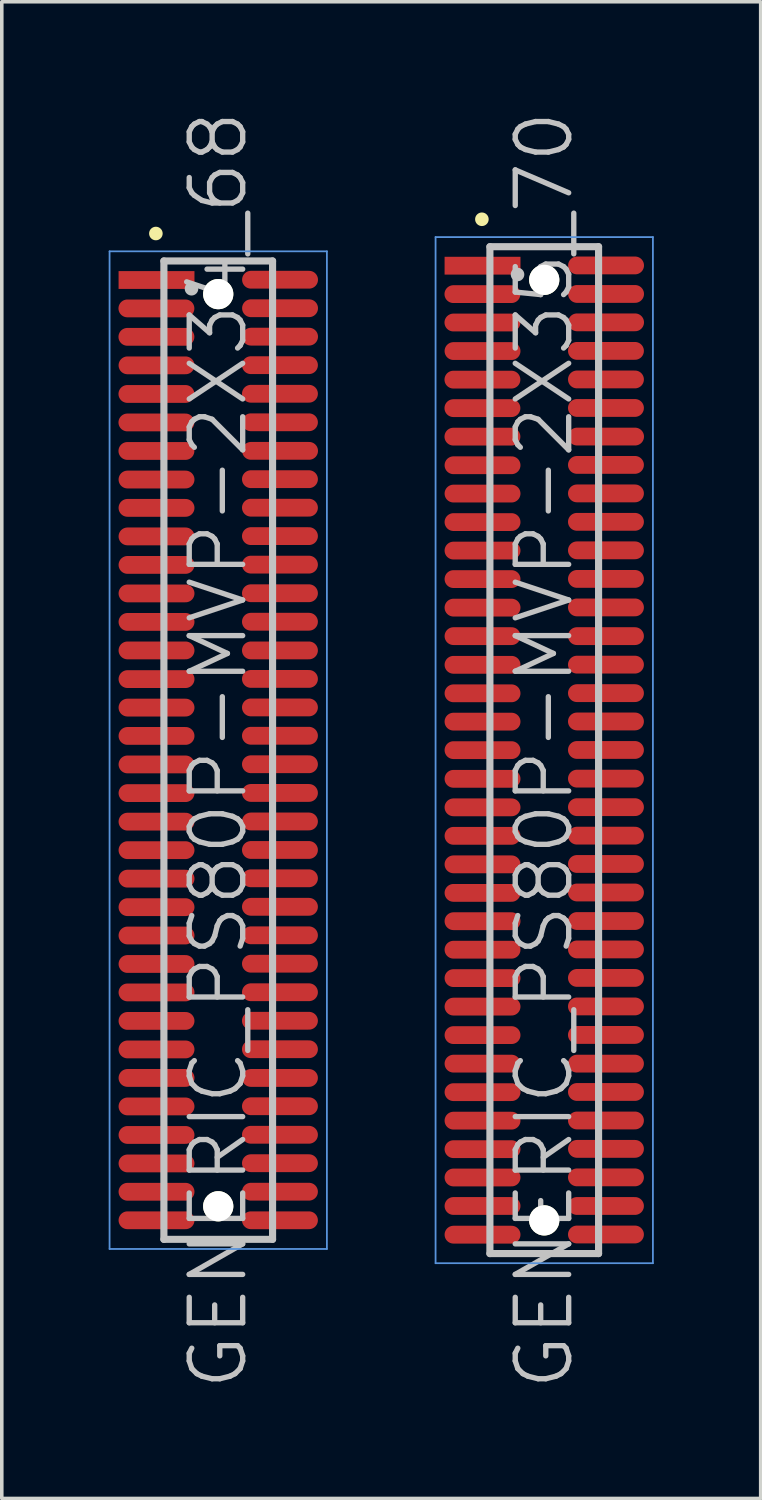
<source format=kicad_pcb>
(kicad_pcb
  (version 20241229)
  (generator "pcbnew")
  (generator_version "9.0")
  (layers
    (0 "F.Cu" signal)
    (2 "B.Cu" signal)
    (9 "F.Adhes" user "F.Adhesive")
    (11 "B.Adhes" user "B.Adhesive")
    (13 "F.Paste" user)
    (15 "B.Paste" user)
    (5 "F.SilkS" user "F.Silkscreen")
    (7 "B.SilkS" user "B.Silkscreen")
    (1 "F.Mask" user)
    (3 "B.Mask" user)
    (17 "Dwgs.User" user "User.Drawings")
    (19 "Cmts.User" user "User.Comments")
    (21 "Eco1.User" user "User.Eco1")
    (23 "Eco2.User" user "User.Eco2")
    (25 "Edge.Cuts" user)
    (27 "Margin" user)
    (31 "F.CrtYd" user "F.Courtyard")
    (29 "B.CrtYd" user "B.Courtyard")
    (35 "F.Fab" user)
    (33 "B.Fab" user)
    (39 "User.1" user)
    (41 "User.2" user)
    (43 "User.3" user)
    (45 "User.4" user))
  (footprint "GENERIC_PS80P-MVP-2X34_68"
    (layer "F.Cu")
    (at 3.075 18.004)
    (property "Reference" "GENERIC_PS80P-MVP-2X34_68" (at 0 0 90) (layer "Dwgs.User") (effects (font (size 1.5 1.5) (thickness 0.15))))
    (attr smd)
    (fp_line (start -1.75 -14.5) (end -1.75 -14.5) (stroke (width 0.381) (type solid)) (layer "F.SilkS"))
    (fp_line (start -1.525 -13.73) (end -1.525 13.73) (stroke (width 0.2) (type solid)) (layer "Dwgs.User"))
    (fp_line (start -1.525 -13.73) (end 1.525 -13.73) (stroke (width 0.2) (type solid)) (layer "Dwgs.User"))
    (fp_line (start -1.525 13.73) (end 1.525 13.73) (stroke (width 0.2) (type solid)) (layer "Dwgs.User"))
    (fp_line (start -0.75 -12.95) (end -0.75 -12.95) (stroke (width 0.381) (type solid)) (layer "Dwgs.User"))
    (fp_line (start 1.525 -13.73) (end 1.525 13.73) (stroke (width 0.2) (type solid)) (layer "Dwgs.User"))
    (fp_line (start -3.05 -14) (end -3.05 14) (stroke (width 0.05) (type solid)) (layer "Cmts.User"))
    (fp_line (start -3.05 -14) (end 3.05 -14) (stroke (width 0.05) (type solid)) (layer "Cmts.User"))
    (fp_line (start -3.05 14) (end 3.05 14) (stroke (width 0.05) (type solid)) (layer "Cmts.User"))
    (fp_line (start 3.05 -14) (end 3.05 14) (stroke (width 0.05) (type solid)) (layer "Cmts.User"))
    (pad "" np_thru_hole circle (at 0 -12.799 270) (size 0.848 0.848) (drill 0.848) (layers "*.Cu" "*.Mask" "F.SilkS"))
    (pad "" np_thru_hole circle (at 0 12.802 270) (size 0.848 0.848) (drill 0.848) (layers "*.Cu" "*.Mask" "F.SilkS"))
    (pad "1" smd rect (at -1.732 -13.195 270) (size 0.5 2.13) (layers "F.Cu" "F.Mask" "F.Paste"))
    (pad "2" smd oval (at 1.735 -13.203 270) (size 0.5 2.13) (layers "F.Cu" "F.Mask" "F.Paste"))
    (pad "3" smd oval (at -1.735 -12.398 270) (size 0.5 2.13) (layers "F.Cu" "F.Mask" "F.Paste"))
    (pad "4" smd oval (at 1.735 -12.403 270) (size 0.5 2.13) (layers "F.Cu" "F.Mask" "F.Paste"))
    (pad "5" smd oval (at -1.735 -11.6 270) (size 0.5 2.13) (layers "F.Cu" "F.Mask" "F.Paste"))
    (pad "6" smd oval (at 1.735 -11.605 270) (size 0.5 2.13) (layers "F.Cu" "F.Mask" "F.Paste"))
    (pad "7" smd oval (at -1.732 -10.8 270) (size 0.5 2.13) (layers "F.Cu" "F.Mask" "F.Paste"))
    (pad "8" smd oval (at 1.732 -10.805 270) (size 0.5 2.13) (layers "F.Cu" "F.Mask" "F.Paste"))
    (pad "9" smd oval (at -1.735 -9.997 270) (size 0.5 2.13) (layers "F.Cu" "F.Mask" "F.Paste"))
    (pad "10" smd oval (at 1.732 -10.003 270) (size 0.5 2.13) (layers "F.Cu" "F.Mask" "F.Paste"))
    (pad "11" smd oval (at -1.735 -9.197 270) (size 0.5 2.13) (layers "F.Cu" "F.Mask" "F.Paste"))
    (pad "12" smd oval (at 1.732 -9.202 270) (size 0.5 2.13) (layers "F.Cu" "F.Mask" "F.Paste"))
    (pad "13" smd oval (at -1.735 -8.397 270) (size 0.5 2.13) (layers "F.Cu" "F.Mask" "F.Paste"))
    (pad "14" smd oval (at 1.735 -8.4 270) (size 0.5 2.13) (layers "F.Cu" "F.Mask" "F.Paste"))
    (pad "15" smd oval (at -1.732 -7.595 270) (size 0.5 2.13) (layers "F.Cu" "F.Mask" "F.Paste"))
    (pad "16" smd oval (at 1.732 -7.605 270) (size 0.5 2.13) (layers "F.Cu" "F.Mask" "F.Paste"))
    (pad "17" smd oval (at -1.732 -6.8 270) (size 0.5 2.13) (layers "F.Cu" "F.Mask" "F.Paste"))
    (pad "18" smd oval (at 1.732 -6.805 270) (size 0.5 2.13) (layers "F.Cu" "F.Mask" "F.Paste"))
    (pad "19" smd oval (at -1.732 -5.999 270) (size 0.5 2.13) (layers "F.Cu" "F.Mask" "F.Paste"))
    (pad "20" smd oval (at 1.732 -6.007 270) (size 0.5 2.13) (layers "F.Cu" "F.Mask" "F.Paste"))
    (pad "21" smd oval (at -1.732 -5.199 270) (size 0.5 2.13) (layers "F.Cu" "F.Mask" "F.Paste"))
    (pad "22" smd oval (at 1.732 -5.207 270) (size 0.5 2.13) (layers "F.Cu" "F.Mask" "F.Paste"))
    (pad "23" smd oval (at -1.732 -4.399 270) (size 0.5 2.13) (layers "F.Cu" "F.Mask" "F.Paste"))
    (pad "24" smd oval (at 1.732 -4.404 270) (size 0.5 2.13) (layers "F.Cu" "F.Mask" "F.Paste"))
    (pad "25" smd oval (at -1.732 -3.599 270) (size 0.5 2.13) (layers "F.Cu" "F.Mask" "F.Paste"))
    (pad "26" smd oval (at 1.732 -3.604 270) (size 0.5 2.13) (layers "F.Cu" "F.Mask" "F.Paste"))
    (pad "27" smd oval (at -1.732 -2.799 270) (size 0.5 2.13) (layers "F.Cu" "F.Mask" "F.Paste"))
    (pad "28" smd oval (at 1.732 -2.799 270) (size 0.5 2.13) (layers "F.Cu" "F.Mask" "F.Paste"))
    (pad "29" smd oval (at -1.732 -1.994 270) (size 0.5 2.13) (layers "F.Cu" "F.Mask" "F.Paste"))
    (pad "30" smd oval (at 1.732 -1.999 270) (size 0.5 2.13) (layers "F.Cu" "F.Mask" "F.Paste"))
    (pad "31" smd oval (at -1.732 -1.194 270) (size 0.5 2.13) (layers "F.Cu" "F.Mask" "F.Paste"))
    (pad "32" smd oval (at 1.732 -1.199 270) (size 0.5 2.13) (layers "F.Cu" "F.Mask" "F.Paste"))
    (pad "33" smd oval (at -1.732 -0.399 270) (size 0.5 2.13) (layers "F.Cu" "F.Mask" "F.Paste"))
    (pad "34" smd oval (at 1.732 -0.404 270) (size 0.5 2.13) (layers "F.Cu" "F.Mask" "F.Paste"))
    (pad "35" smd oval (at -1.732 0.401 270) (size 0.5 2.13) (layers "F.Cu" "F.Mask" "F.Paste"))
    (pad "36" smd oval (at 1.732 0.396 270) (size 0.5 2.13) (layers "F.Cu" "F.Mask" "F.Paste"))
    (pad "37" smd oval (at -1.732 1.206 270) (size 0.5 2.13) (layers "F.Cu" "F.Mask" "F.Paste"))
    (pad "38" smd oval (at 1.732 1.201 270) (size 0.5 2.13) (layers "F.Cu" "F.Mask" "F.Paste"))
    (pad "39" smd oval (at -1.732 2.007 270) (size 0.5 2.13) (layers "F.Cu" "F.Mask" "F.Paste"))
    (pad "40" smd oval (at 1.732 2.002 270) (size 0.5 2.13) (layers "F.Cu" "F.Mask" "F.Paste"))
    (pad "41" smd oval (at -1.732 2.807 270) (size 0.5 2.13) (layers "F.Cu" "F.Mask" "F.Paste"))
    (pad "42" smd oval (at 1.732 2.802 270) (size 0.5 2.13) (layers "F.Cu" "F.Mask" "F.Paste"))
    (pad "43" smd oval (at -1.732 3.607 270) (size 0.5 2.13) (layers "F.Cu" "F.Mask" "F.Paste"))
    (pad "44" smd oval (at 1.732 3.597 270) (size 0.5 2.13) (layers "F.Cu" "F.Mask" "F.Paste"))
    (pad "45" smd oval (at -1.732 4.407 270) (size 0.5 2.13) (layers "F.Cu" "F.Mask" "F.Paste"))
    (pad "46" smd oval (at 1.732 4.397 270) (size 0.5 2.13) (layers "F.Cu" "F.Mask" "F.Paste"))
    (pad "47" smd oval (at -1.732 5.202 270) (size 0.5 2.13) (layers "F.Cu" "F.Mask" "F.Paste"))
    (pad "48" smd oval (at 1.732 5.197 270) (size 0.5 2.13) (layers "F.Cu" "F.Mask" "F.Paste"))
    (pad "49" smd oval (at -1.732 6.002 270) (size 0.5 2.13) (layers "F.Cu" "F.Mask" "F.Paste"))
    (pad "50" smd oval (at 1.732 5.994 270) (size 0.5 2.13) (layers "F.Cu" "F.Mask" "F.Paste"))
    (pad "51" smd oval (at -1.732 6.8 270) (size 0.5 2.13) (layers "F.Cu" "F.Mask" "F.Paste"))
    (pad "52" smd oval (at 1.732 6.795 270) (size 0.5 2.13) (layers "F.Cu" "F.Mask" "F.Paste"))
    (pad "53" smd oval (at -1.732 7.6 270) (size 0.5 2.13) (layers "F.Cu" "F.Mask" "F.Paste"))
    (pad "54" smd oval (at 1.732 7.595 270) (size 0.5 2.13) (layers "F.Cu" "F.Mask" "F.Paste"))
    (pad "55" smd oval (at -1.732 8.4 270) (size 0.5 2.13) (layers "F.Cu" "F.Mask" "F.Paste"))
    (pad "56" smd oval (at 1.732 8.395 270) (size 0.5 2.13) (layers "F.Cu" "F.Mask" "F.Paste"))
    (pad "57" smd oval (at -1.732 9.2 270) (size 0.5 2.13) (layers "F.Cu" "F.Mask" "F.Paste"))
    (pad "58" smd oval (at 1.732 9.2 270) (size 0.5 2.13) (layers "F.Cu" "F.Mask" "F.Paste"))
    (pad "59" smd oval (at -1.732 10 270) (size 0.5 2.13) (layers "F.Cu" "F.Mask" "F.Paste"))
    (pad "60" smd oval (at 1.732 9.995 270) (size 0.5 2.13) (layers "F.Cu" "F.Mask" "F.Paste"))
    (pad "61" smd oval (at -1.732 10.8 270) (size 0.5 2.13) (layers "F.Cu" "F.Mask" "F.Paste"))
    (pad "62" smd oval (at 1.732 10.795 270) (size 0.5 2.13) (layers "F.Cu" "F.Mask" "F.Paste"))
    (pad "63" smd oval (at -1.732 11.6 270) (size 0.5 2.13) (layers "F.Cu" "F.Mask" "F.Paste"))
    (pad "64" smd oval (at 1.732 11.593 270) (size 0.5 2.13) (layers "F.Cu" "F.Mask" "F.Paste"))
    (pad "65" smd oval (at -1.732 12.395 270) (size 0.5 2.13) (layers "F.Cu" "F.Mask" "F.Paste"))
    (pad "66" smd oval (at 1.732 12.393 270) (size 0.5 2.13) (layers "F.Cu" "F.Mask" "F.Paste"))
    (pad "67" smd oval (at -1.732 13.195 270) (size 0.5 2.13) (layers "F.Cu" "F.Mask" "F.Paste"))
    (pad "68" smd oval (at 1.732 13.195 270) (size 0.5 2.13) (layers "F.Cu" "F.Mask" "F.Paste")))
  (footprint "GENERIC_PS80P-MVP-2X35_70"
    (layer "F.Cu")
    (at 12.225 18.004)
    (property "Reference" "GENERIC_PS80P-MVP-2X35_70" (at 0 0 90) (layer "Dwgs.User") (effects (font (size 1.5 1.5) (thickness 0.15))))
    (attr smd)
    (fp_line (start -1.75 -14.9) (end -1.75 -14.9) (stroke (width 0.381) (type solid)) (layer "F.SilkS"))
    (fp_line (start -1.525 -14.13) (end -1.525 14.13) (stroke (width 0.2) (type solid)) (layer "Dwgs.User"))
    (fp_line (start -1.525 -14.13) (end 1.525 -14.13) (stroke (width 0.2) (type solid)) (layer "Dwgs.User"))
    (fp_line (start -1.525 14.13) (end 1.525 14.13) (stroke (width 0.2) (type solid)) (layer "Dwgs.User"))
    (fp_line (start -0.75 -13.35) (end -0.75 -13.35) (stroke (width 0.381) (type solid)) (layer "Dwgs.User"))
    (fp_line (start 1.525 -14.13) (end 1.525 14.13) (stroke (width 0.2) (type solid)) (layer "Dwgs.User"))
    (fp_line (start -3.05 -14.4) (end -3.05 14.4) (stroke (width 0.05) (type solid)) (layer "Cmts.User"))
    (fp_line (start -3.05 -14.4) (end 3.05 -14.4) (stroke (width 0.05) (type solid)) (layer "Cmts.User"))
    (fp_line (start -3.05 14.4) (end 3.05 14.4) (stroke (width 0.05) (type solid)) (layer "Cmts.User"))
    (fp_line (start 3.05 -14.4) (end 3.05 14.4) (stroke (width 0.05) (type solid)) (layer "Cmts.User"))
    (pad "" np_thru_hole circle (at 0 -13.2 270) (size 0.848 0.848) (drill 0.848) (layers "*.Cu" "*.Mask" "F.SilkS"))
    (pad "" np_thru_hole circle (at 0 13.198 270) (size 0.848 0.848) (drill 0.848) (layers "*.Cu" "*.Mask" "F.SilkS"))
    (pad "1" smd rect (at -1.732 -13.597 270) (size 0.5 2.13) (layers "F.Cu" "F.Mask" "F.Paste"))
    (pad "2" smd oval (at 1.735 -13.604 270) (size 0.5 2.13) (layers "F.Cu" "F.Mask" "F.Paste"))
    (pad "3" smd oval (at -1.735 -12.799 270) (size 0.5 2.13) (layers "F.Cu" "F.Mask" "F.Paste"))
    (pad "4" smd oval (at 1.735 -12.804 270) (size 0.5 2.13) (layers "F.Cu" "F.Mask" "F.Paste"))
    (pad "5" smd oval (at -1.735 -12.002 270) (size 0.5 2.13) (layers "F.Cu" "F.Mask" "F.Paste"))
    (pad "6" smd oval (at 1.735 -12.007 270) (size 0.5 2.13) (layers "F.Cu" "F.Mask" "F.Paste"))
    (pad "7" smd oval (at -1.732 -11.201 270) (size 0.5 2.13) (layers "F.Cu" "F.Mask" "F.Paste"))
    (pad "8" smd oval (at 1.732 -11.206 270) (size 0.5 2.13) (layers "F.Cu" "F.Mask" "F.Paste"))
    (pad "9" smd oval (at -1.735 -10.399 270) (size 0.5 2.13) (layers "F.Cu" "F.Mask" "F.Paste"))
    (pad "10" smd oval (at 1.732 -10.404 270) (size 0.5 2.13) (layers "F.Cu" "F.Mask" "F.Paste"))
    (pad "11" smd oval (at -1.735 -9.599 270) (size 0.5 2.13) (layers "F.Cu" "F.Mask" "F.Paste"))
    (pad "12" smd oval (at 1.732 -9.604 270) (size 0.5 2.13) (layers "F.Cu" "F.Mask" "F.Paste"))
    (pad "13" smd oval (at -1.735 -8.799 270) (size 0.5 2.13) (layers "F.Cu" "F.Mask" "F.Paste"))
    (pad "14" smd oval (at 1.735 -8.801 270) (size 0.5 2.13) (layers "F.Cu" "F.Mask" "F.Paste"))
    (pad "15" smd oval (at -1.732 -7.996 270) (size 0.5 2.13) (layers "F.Cu" "F.Mask" "F.Paste"))
    (pad "16" smd oval (at 1.732 -8.006 270) (size 0.5 2.13) (layers "F.Cu" "F.Mask" "F.Paste"))
    (pad "17" smd oval (at -1.732 -7.201 270) (size 0.5 2.13) (layers "F.Cu" "F.Mask" "F.Paste"))
    (pad "18" smd oval (at 1.732 -7.206 270) (size 0.5 2.13) (layers "F.Cu" "F.Mask" "F.Paste"))
    (pad "19" smd oval (at -1.732 -6.401 270) (size 0.5 2.13) (layers "F.Cu" "F.Mask" "F.Paste"))
    (pad "20" smd oval (at 1.732 -6.408 270) (size 0.5 2.13) (layers "F.Cu" "F.Mask" "F.Paste"))
    (pad "21" smd oval (at -1.732 -5.601 270) (size 0.5 2.13) (layers "F.Cu" "F.Mask" "F.Paste"))
    (pad "22" smd oval (at 1.732 -5.608 270) (size 0.5 2.13) (layers "F.Cu" "F.Mask" "F.Paste"))
    (pad "23" smd oval (at -1.732 -4.801 270) (size 0.5 2.13) (layers "F.Cu" "F.Mask" "F.Paste"))
    (pad "24" smd oval (at 1.732 -4.806 270) (size 0.5 2.13) (layers "F.Cu" "F.Mask" "F.Paste"))
    (pad "25" smd oval (at -1.732 -4 270) (size 0.5 2.13) (layers "F.Cu" "F.Mask" "F.Paste"))
    (pad "26" smd oval (at 1.732 -4.006 270) (size 0.5 2.13) (layers "F.Cu" "F.Mask" "F.Paste"))
    (pad "27" smd oval (at -1.732 -3.2 270) (size 0.5 2.13) (layers "F.Cu" "F.Mask" "F.Paste"))
    (pad "28" smd oval (at 1.732 -3.2 270) (size 0.5 2.13) (layers "F.Cu" "F.Mask" "F.Paste"))
    (pad "29" smd oval (at -1.732 -2.395 270) (size 0.5 2.13) (layers "F.Cu" "F.Mask" "F.Paste"))
    (pad "30" smd oval (at 1.732 -2.4 270) (size 0.5 2.13) (layers "F.Cu" "F.Mask" "F.Paste"))
    (pad "31" smd oval (at -1.732 -1.595 270) (size 0.5 2.13) (layers "F.Cu" "F.Mask" "F.Paste"))
    (pad "32" smd oval (at 1.732 -1.6 270) (size 0.5 2.13) (layers "F.Cu" "F.Mask" "F.Paste"))
    (pad "33" smd oval (at -1.732 -0.8 270) (size 0.5 2.13) (layers "F.Cu" "F.Mask" "F.Paste"))
    (pad "34" smd oval (at 1.732 -0.805 270) (size 0.5 2.13) (layers "F.Cu" "F.Mask" "F.Paste"))
    (pad "35" smd oval (at -1.732 0 270) (size 0.5 2.13) (layers "F.Cu" "F.Mask" "F.Paste"))
    (pad "36" smd oval (at 1.732 -0.005 270) (size 0.5 2.13) (layers "F.Cu" "F.Mask" "F.Paste"))
    (pad "37" smd oval (at -1.732 0.805 270) (size 0.5 2.13) (layers "F.Cu" "F.Mask" "F.Paste"))
    (pad "38" smd oval (at 1.732 0.8 270) (size 0.5 2.13) (layers "F.Cu" "F.Mask" "F.Paste"))
    (pad "39" smd oval (at -1.732 1.605 270) (size 0.5 2.13) (layers "F.Cu" "F.Mask" "F.Paste"))
    (pad "40" smd oval (at 1.732 1.6 270) (size 0.5 2.13) (layers "F.Cu" "F.Mask" "F.Paste"))
    (pad "41" smd oval (at -1.732 2.405 270) (size 0.5 2.13) (layers "F.Cu" "F.Mask" "F.Paste"))
    (pad "42" smd oval (at 1.732 2.4 270) (size 0.5 2.13) (layers "F.Cu" "F.Mask" "F.Paste"))
    (pad "43" smd oval (at -1.732 3.205 270) (size 0.5 2.13) (layers "F.Cu" "F.Mask" "F.Paste"))
    (pad "44" smd oval (at 1.732 3.195 270) (size 0.5 2.13) (layers "F.Cu" "F.Mask" "F.Paste"))
    (pad "45" smd oval (at -1.732 4.006 270) (size 0.5 2.13) (layers "F.Cu" "F.Mask" "F.Paste"))
    (pad "46" smd oval (at 1.732 3.995 270) (size 0.5 2.13) (layers "F.Cu" "F.Mask" "F.Paste"))
    (pad "47" smd oval (at -1.732 4.801 270) (size 0.5 2.13) (layers "F.Cu" "F.Mask" "F.Paste"))
    (pad "48" smd oval (at 1.732 4.796 270) (size 0.5 2.13) (layers "F.Cu" "F.Mask" "F.Paste"))
    (pad "49" smd oval (at -1.732 5.601 270) (size 0.5 2.13) (layers "F.Cu" "F.Mask" "F.Paste"))
    (pad "50" smd oval (at 1.732 5.593 270) (size 0.5 2.13) (layers "F.Cu" "F.Mask" "F.Paste"))
    (pad "51" smd oval (at -1.732 6.398 270) (size 0.5 2.13) (layers "F.Cu" "F.Mask" "F.Paste"))
    (pad "52" smd oval (at 1.732 6.393 270) (size 0.5 2.13) (layers "F.Cu" "F.Mask" "F.Paste"))
    (pad "53" smd oval (at -1.732 7.198 270) (size 0.5 2.13) (layers "F.Cu" "F.Mask" "F.Paste"))
    (pad "54" smd oval (at 1.732 7.193 270) (size 0.5 2.13) (layers "F.Cu" "F.Mask" "F.Paste"))
    (pad "55" smd oval (at -1.732 7.998 270) (size 0.5 2.13) (layers "F.Cu" "F.Mask" "F.Paste"))
    (pad "56" smd oval (at 1.732 7.993 270) (size 0.5 2.13) (layers "F.Cu" "F.Mask" "F.Paste"))
    (pad "57" smd oval (at -1.732 8.799 270) (size 0.5 2.13) (layers "F.Cu" "F.Mask" "F.Paste"))
    (pad "58" smd oval (at 1.732 8.799 270) (size 0.5 2.13) (layers "F.Cu" "F.Mask" "F.Paste"))
    (pad "59" smd oval (at -1.732 9.599 270) (size 0.5 2.13) (layers "F.Cu" "F.Mask" "F.Paste"))
    (pad "60" smd oval (at 1.732 9.594 270) (size 0.5 2.13) (layers "F.Cu" "F.Mask" "F.Paste"))
    (pad "61" smd oval (at -1.732 10.399 270) (size 0.5 2.13) (layers "F.Cu" "F.Mask" "F.Paste"))
    (pad "62" smd oval (at 1.732 10.394 270) (size 0.5 2.13) (layers "F.Cu" "F.Mask" "F.Paste"))
    (pad "63" smd oval (at -1.732 11.199 270) (size 0.5 2.13) (layers "F.Cu" "F.Mask" "F.Paste"))
    (pad "64" smd oval (at 1.732 11.191 270) (size 0.5 2.13) (layers "F.Cu" "F.Mask" "F.Paste"))
    (pad "65" smd oval (at -1.732 11.994 270) (size 0.5 2.13) (layers "F.Cu" "F.Mask" "F.Paste"))
    (pad "66" smd oval (at 1.732 11.991 270) (size 0.5 2.13) (layers "F.Cu" "F.Mask" "F.Paste"))
    (pad "67" smd oval (at -1.732 12.794 270) (size 0.5 2.13) (layers "F.Cu" "F.Mask" "F.Paste"))
    (pad "68" smd oval (at 1.732 12.794 270) (size 0.5 2.13) (layers "F.Cu" "F.Mask" "F.Paste"))
    (pad "69" smd oval (at -1.732 13.599 270) (size 0.5 2.13) (layers "F.Cu" "F.Mask" "F.Paste"))
    (pad "70" smd oval (at 1.732 13.594 270) (size 0.5 2.13) (layers "F.Cu" "F.Mask" "F.Paste")))
  (gr_rect
    (start -3 -3)
    (end 18.3 39.007)
    (stroke (width 0.1) (type default))
    (fill no)
    (layer "Edge.Cuts")))
</source>
